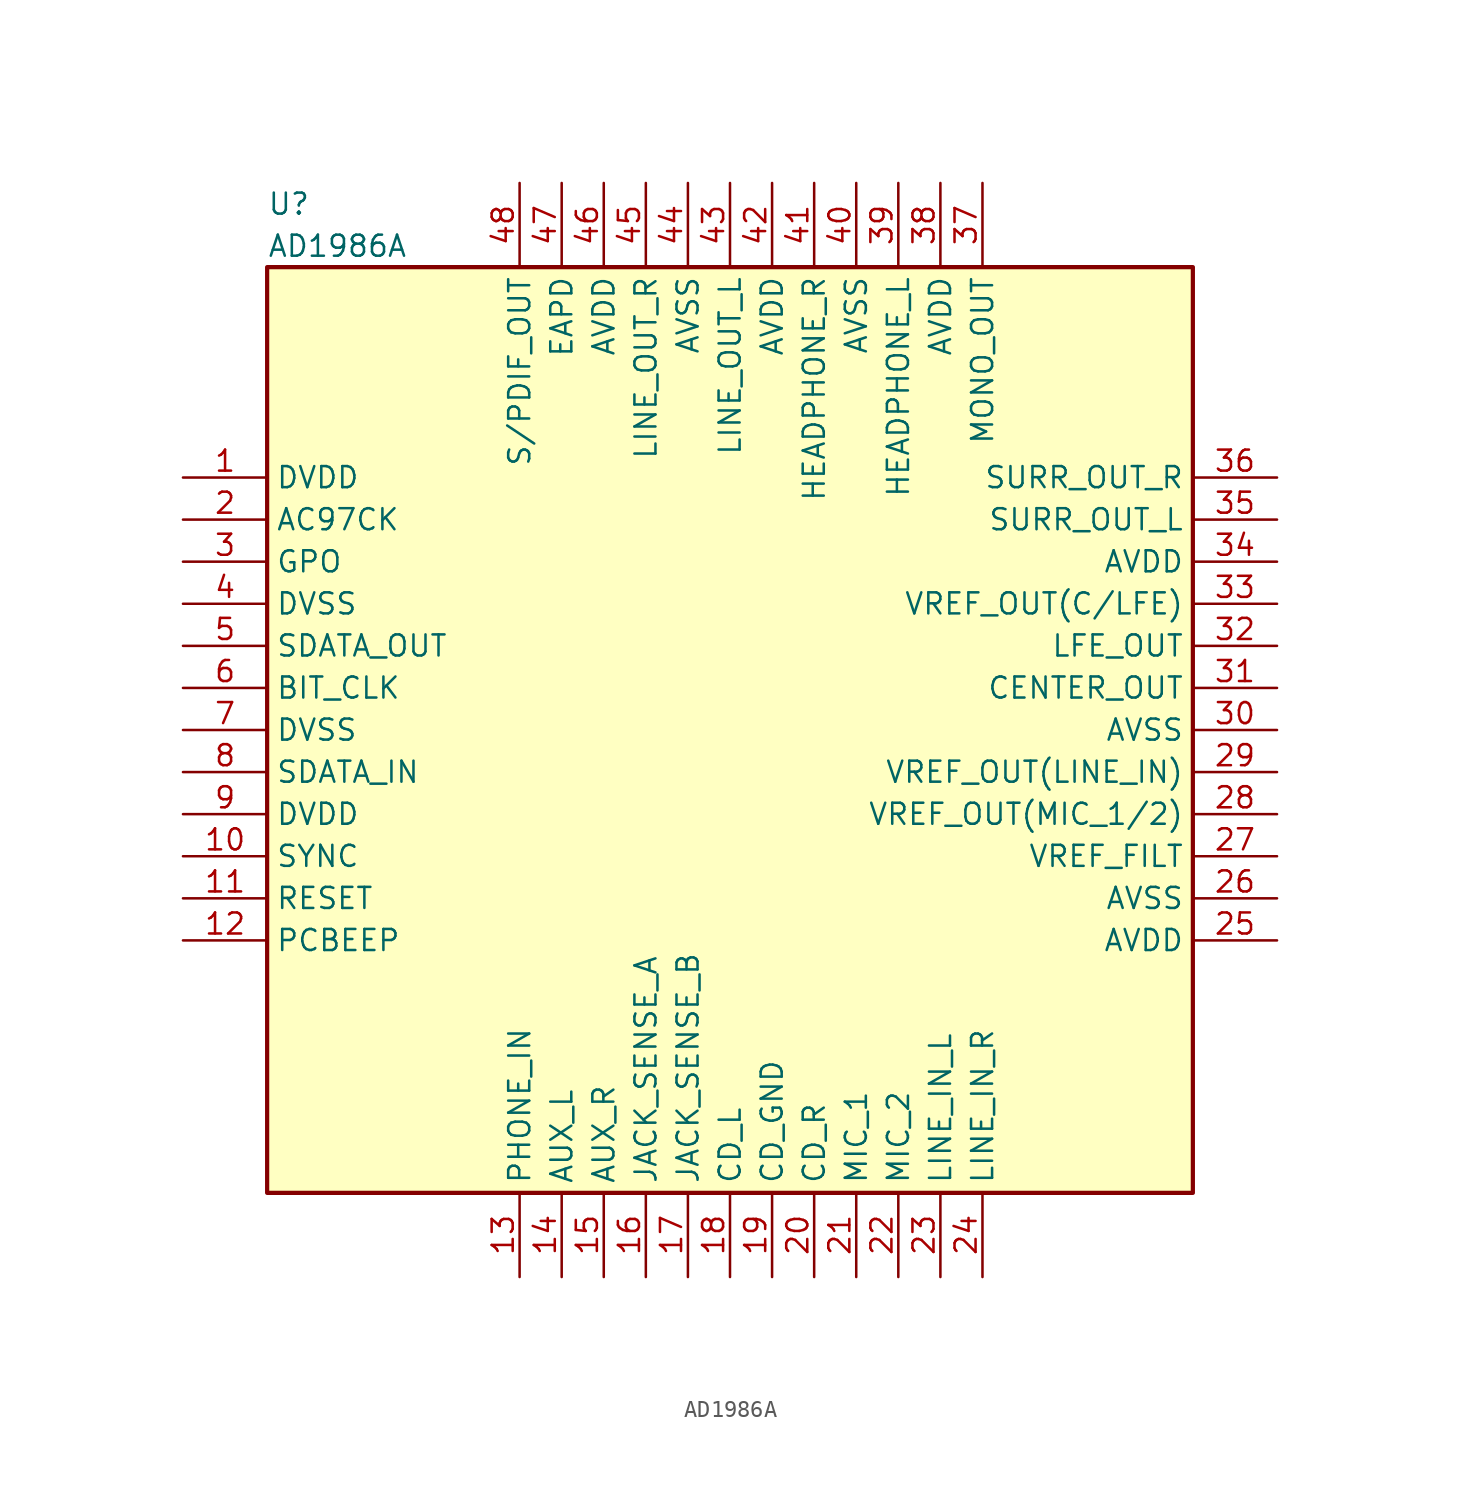
<source format=kicad_sym>
(kicad_symbol_lib
  (version 20211014)
  (generator kicad_symbol_editor)
  (symbol "AD1986A"
    (property "Reference" "U"
      (at -20.32 36.83 0)
      (effects (font (size 1.27 1.27)) (justify left)))
    (property "Value" "AD1986A"
      (at -20.32 34.29 0)
      (effects (font (size 1.27 1.27)) (justify left)))
    (symbol "AD1986A_0_0"
      (rectangle (start -20.32 33.02) (end 35.56 -22.86) (stroke (width 0.254) (type default) (color 0 0 0 0)) (fill (type background))))
    (symbol "AD1986A_1_1"
      (pin power_in line (at -25.4 20.32 0) (length 5.08) (name "DVDD" (effects (font (size 1.27 1.27)))) (number "1" (effects (font (size 1.27 1.27)))))
      (pin input line (at -25.4 -2.54 0) (length 5.08) (name "SYNC" (effects (font (size 1.27 1.27)))) (number "10" (effects (font (size 1.27 1.27)))))
      (pin input line (at -25.4 -5.08 0) (length 5.08) (name "RESET" (effects (font (size 1.27 1.27)))) (number "11" (effects (font (size 1.27 1.27)))))
      (pin input line (at -25.4 -7.62 0) (length 5.08) (name "PCBEEP" (effects (font (size 1.27 1.27)))) (number "12" (effects (font (size 1.27 1.27)))))
      (pin input line (at -5.08 -27.94 90) (length 5.08) (name "PHONE_IN" (effects (font (size 1.27 1.27)))) (number "13" (effects (font (size 1.27 1.27)))))
      (pin input line (at -2.54 -27.94 90) (length 5.08) (name "AUX_L" (effects (font (size 1.27 1.27)))) (number "14" (effects (font (size 1.27 1.27)))))
      (pin input line (at 0 -27.94 90) (length 5.08) (name "AUX_R" (effects (font (size 1.27 1.27)))) (number "15" (effects (font (size 1.27 1.27)))))
      (pin input line (at 2.54 -27.94 90) (length 5.08) (name "JACK_SENSE_A" (effects (font (size 1.27 1.27)))) (number "16" (effects (font (size 1.27 1.27)))))
      (pin input line (at 5.08 -27.94 90) (length 5.08) (name "JACK_SENSE_B" (effects (font (size 1.27 1.27)))) (number "17" (effects (font (size 1.27 1.27)))))
      (pin input line (at 7.62 -27.94 90) (length 5.08) (name "CD_L" (effects (font (size 1.27 1.27)))) (number "18" (effects (font (size 1.27 1.27)))))
      (pin input line (at 10.16 -27.94 90) (length 5.08) (name "CD_GND" (effects (font (size 1.27 1.27)))) (number "19" (effects (font (size 1.27 1.27)))))
      (pin input line (at -25.4 17.78 0) (length 5.08) (name "AC97CK" (effects (font (size 1.27 1.27)))) (number "2" (effects (font (size 1.27 1.27)))))
      (pin input line (at 12.7 -27.94 90) (length 5.08) (name "CD_R" (effects (font (size 1.27 1.27)))) (number "20" (effects (font (size 1.27 1.27)))))
      (pin input line (at 15.24 -27.94 90) (length 5.08) (name "MIC_1" (effects (font (size 1.27 1.27)))) (number "21" (effects (font (size 1.27 1.27)))))
      (pin input line (at 17.78 -27.94 90) (length 5.08) (name "MIC_2" (effects (font (size 1.27 1.27)))) (number "22" (effects (font (size 1.27 1.27)))))
      (pin input line (at 20.32 -27.94 90) (length 5.08) (name "LINE_IN_L" (effects (font (size 1.27 1.27)))) (number "23" (effects (font (size 1.27 1.27)))))
      (pin input line (at 22.86 -27.94 90) (length 5.08) (name "LINE_IN_R" (effects (font (size 1.27 1.27)))) (number "24" (effects (font (size 1.27 1.27)))))
      (pin power_in line (at 40.64 -7.62 180) (length 5.08) (name "AVDD" (effects (font (size 1.27 1.27)))) (number "25" (effects (font (size 1.27 1.27)))))
      (pin power_in line (at 40.64 -5.08 180) (length 5.08) (name "AVSS" (effects (font (size 1.27 1.27)))) (number "26" (effects (font (size 1.27 1.27)))))
      (pin output line (at 40.64 -2.54 180) (length 5.08) (name "VREF_FILT" (effects (font (size 1.27 1.27)))) (number "27" (effects (font (size 1.27 1.27)))))
      (pin output line (at 40.64 0 180) (length 5.08) (name "VREF_OUT(MIC_1/2)" (effects (font (size 1.27 1.27)))) (number "28" (effects (font (size 1.27 1.27)))))
      (pin output line (at 40.64 2.54 180) (length 5.08) (name "VREF_OUT(LINE_IN)" (effects (font (size 1.27 1.27)))) (number "29" (effects (font (size 1.27 1.27)))))
      (pin output line (at -25.4 15.24 0) (length 5.08) (name "GPO" (effects (font (size 1.27 1.27)))) (number "3" (effects (font (size 1.27 1.27)))))
      (pin power_in line (at 40.64 5.08 180) (length 5.08) (name "AVSS" (effects (font (size 1.27 1.27)))) (number "30" (effects (font (size 1.27 1.27)))))
      (pin bidirectional line (at 40.64 7.62 180) (length 5.08) (name "CENTER_OUT" (effects (font (size 1.27 1.27)))) (number "31" (effects (font (size 1.27 1.27)))))
      (pin bidirectional line (at 40.64 10.16 180) (length 5.08) (name "LFE_OUT" (effects (font (size 1.27 1.27)))) (number "32" (effects (font (size 1.27 1.27)))))
      (pin output line (at 40.64 12.7 180) (length 5.08) (name "VREF_OUT(C/LFE)" (effects (font (size 1.27 1.27)))) (number "33" (effects (font (size 1.27 1.27)))))
      (pin power_in line (at 40.64 15.24 180) (length 5.08) (name "AVDD" (effects (font (size 1.27 1.27)))) (number "34" (effects (font (size 1.27 1.27)))))
      (pin bidirectional line (at 40.64 17.78 180) (length 5.08) (name "SURR_OUT_L" (effects (font (size 1.27 1.27)))) (number "35" (effects (font (size 1.27 1.27)))))
      (pin bidirectional line (at 40.64 20.32 180) (length 5.08) (name "SURR_OUT_R" (effects (font (size 1.27 1.27)))) (number "36" (effects (font (size 1.27 1.27)))))
      (pin output line (at 22.86 38.1 270) (length 5.08) (name "MONO_OUT" (effects (font (size 1.27 1.27)))) (number "37" (effects (font (size 1.27 1.27)))))
      (pin power_in line (at 20.32 38.1 270) (length 5.08) (name "AVDD" (effects (font (size 1.27 1.27)))) (number "38" (effects (font (size 1.27 1.27)))))
      (pin output line (at 17.78 38.1 270) (length 5.08) (name "HEADPHONE_L" (effects (font (size 1.27 1.27)))) (number "39" (effects (font (size 1.27 1.27)))))
      (pin power_in line (at -25.4 12.7 0) (length 5.08) (name "DVSS" (effects (font (size 1.27 1.27)))) (number "4" (effects (font (size 1.27 1.27)))))
      (pin power_in line (at 15.24 38.1 270) (length 5.08) (name "AVSS" (effects (font (size 1.27 1.27)))) (number "40" (effects (font (size 1.27 1.27)))))
      (pin output line (at 12.7 38.1 270) (length 5.08) (name "HEADPHONE_R" (effects (font (size 1.27 1.27)))) (number "41" (effects (font (size 1.27 1.27)))))
      (pin power_in line (at 10.16 38.1 270) (length 5.08) (name "AVDD" (effects (font (size 1.27 1.27)))) (number "42" (effects (font (size 1.27 1.27)))))
      (pin output line (at 7.62 38.1 270) (length 5.08) (name "LINE_OUT_L" (effects (font (size 1.27 1.27)))) (number "43" (effects (font (size 1.27 1.27)))))
      (pin power_in line (at 5.08 38.1 270) (length 5.08) (name "AVSS" (effects (font (size 1.27 1.27)))) (number "44" (effects (font (size 1.27 1.27)))))
      (pin output line (at 2.54 38.1 270) (length 5.08) (name "LINE_OUT_R" (effects (font (size 1.27 1.27)))) (number "45" (effects (font (size 1.27 1.27)))))
      (pin power_in line (at 0 38.1 270) (length 5.08) (name "AVDD" (effects (font (size 1.27 1.27)))) (number "46" (effects (font (size 1.27 1.27)))))
      (pin output line (at -2.54 38.1 270) (length 5.08) (name "EAPD" (effects (font (size 1.27 1.27)))) (number "47" (effects (font (size 1.27 1.27)))))
      (pin output line (at -5.08 38.1 270) (length 5.08) (name "S/PDIF_OUT" (effects (font (size 1.27 1.27)))) (number "48" (effects (font (size 1.27 1.27)))))
      (pin input line (at -25.4 10.16 0) (length 5.08) (name "SDATA_OUT" (effects (font (size 1.27 1.27)))) (number "5" (effects (font (size 1.27 1.27)))))
      (pin output line (at -25.4 7.62 0) (length 5.08) (name "BIT_CLK" (effects (font (size 1.27 1.27)))) (number "6" (effects (font (size 1.27 1.27)))))
      (pin power_in line (at -25.4 5.08 0) (length 5.08) (name "DVSS" (effects (font (size 1.27 1.27)))) (number "7" (effects (font (size 1.27 1.27)))))
      (pin bidirectional line (at -25.4 2.54 0) (length 5.08) (name "SDATA_IN" (effects (font (size 1.27 1.27)))) (number "8" (effects (font (size 1.27 1.27)))))
      (pin power_in line (at -25.4 0 0) (length 5.08) (name "DVDD" (effects (font (size 1.27 1.27)))) (number "9" (effects (font (size 1.27 1.27))))))))
</source>
